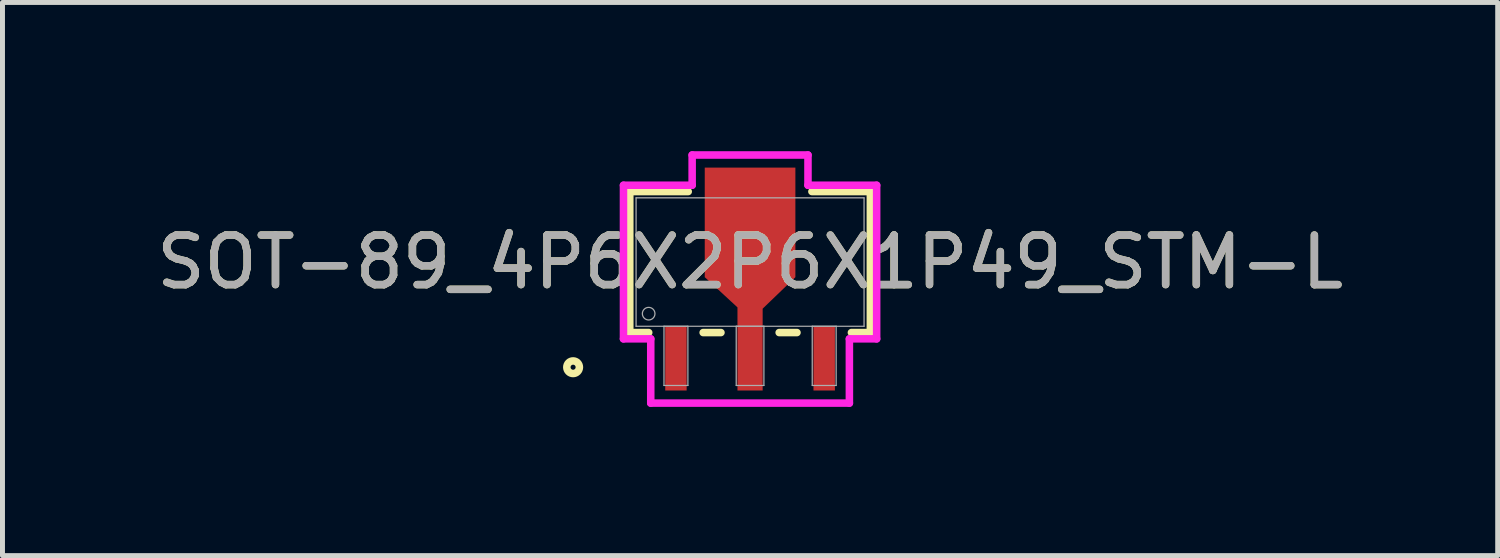
<source format=kicad_pcb>
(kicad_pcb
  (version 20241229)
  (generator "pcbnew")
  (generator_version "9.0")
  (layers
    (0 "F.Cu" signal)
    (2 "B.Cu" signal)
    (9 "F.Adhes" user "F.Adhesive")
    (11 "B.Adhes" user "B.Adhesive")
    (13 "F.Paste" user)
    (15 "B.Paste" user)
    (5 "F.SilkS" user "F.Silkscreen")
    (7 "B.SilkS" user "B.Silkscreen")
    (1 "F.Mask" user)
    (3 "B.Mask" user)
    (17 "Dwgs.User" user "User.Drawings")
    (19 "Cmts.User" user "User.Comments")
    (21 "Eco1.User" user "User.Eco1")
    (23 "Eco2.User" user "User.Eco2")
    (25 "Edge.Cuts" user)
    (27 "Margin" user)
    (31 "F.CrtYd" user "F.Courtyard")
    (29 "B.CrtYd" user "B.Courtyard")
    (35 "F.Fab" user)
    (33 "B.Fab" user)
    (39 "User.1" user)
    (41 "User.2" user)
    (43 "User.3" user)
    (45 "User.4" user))
  (footprint "SOT-89_4P6X2P6X1P49_STM-L"
    (layer "F.Cu")
    (at 12.077 2.235)
    (property "Reference" "SOT-89_4P6X2P6X1P49_STM-L" (at 0 0 0) (unlocked yes) (layer "F.SilkS") (effects (font (size 1 1) (thickness 0.15))))
    (attr smd)
    (fp_poly (pts (xy -0.254 1.295) (xy -0.254 0.914) (xy -0.914 0.305) (xy -0.914 -1.905) (xy 0.914 -1.905) (xy 0.914 0.305) (xy 0.254 0.94) (xy 0.254 1.295)) (stroke (width 0) (type solid)) (fill yes) (layer "F.Cu"))
    (fp_poly (pts (xy -0.254 1.27) (xy -0.254 0.914) (xy -0.889 0.279) (xy -0.889 -1.854) (xy 0.889 -1.854) (xy 0.889 0.279) (xy 0.254 0.914) (xy 0.254 1.27)) (stroke (width 0) (type solid)) (fill yes) (layer "F.Mask"))
    (fp_line (start -2.426 -1.422) (end -2.426 1.422) (stroke (width 0.152) (type solid)) (layer "F.SilkS"))
    (fp_line (start -2.426 1.422) (end -2.044 1.422) (stroke (width 0.152) (type solid)) (layer "F.SilkS"))
    (fp_line (start -1.247 -1.422) (end -2.426 -1.422) (stroke (width 0.152) (type solid)) (layer "F.SilkS"))
    (fp_line (start -0.946 1.422) (end -0.587 1.422) (stroke (width 0.152) (type solid)) (layer "F.SilkS"))
    (fp_line (start 0.587 1.422) (end 0.946 1.422) (stroke (width 0.152) (type solid)) (layer "F.SilkS"))
    (fp_line (start 2.044 1.422) (end 2.426 1.422) (stroke (width 0.152) (type solid)) (layer "F.SilkS"))
    (fp_line (start 2.426 -1.422) (end 1.247 -1.422) (stroke (width 0.152) (type solid)) (layer "F.SilkS"))
    (fp_line (start 2.426 1.422) (end 2.426 -1.422) (stroke (width 0.152) (type solid)) (layer "F.SilkS"))
    (fp_circle (center -3.569 2.121) (end -3.442 2.121) (stroke (width 0.152) (type solid)) (fill no) (layer "F.SilkS"))
    (fp_poly (pts (xy -0.254 1.27) (xy -0.254 0.914) (xy -0.889 0.279) (xy -0.889 -1.854) (xy 0.889 -1.854) (xy 0.889 0.279) (xy 0.254 0.914) (xy 0.254 1.27)) (stroke (width 0) (type solid)) (fill yes) (layer "F.Paste"))
    (fp_line (start -2.553 -1.549) (end -1.168 -1.549) (stroke (width 0.152) (type solid)) (layer "F.CrtYd"))
    (fp_line (start -2.553 1.549) (end -2.553 -1.549) (stroke (width 0.152) (type solid)) (layer "F.CrtYd"))
    (fp_line (start -2.003 1.549) (end -2.553 1.549) (stroke (width 0.152) (type solid)) (layer "F.CrtYd"))
    (fp_line (start -2.003 2.845) (end -2.003 1.549) (stroke (width 0.152) (type solid)) (layer "F.CrtYd"))
    (fp_line (start -1.168 -2.159) (end 1.168 -2.159) (stroke (width 0.152) (type solid)) (layer "F.CrtYd"))
    (fp_line (start -1.168 -1.549) (end -1.168 -2.159) (stroke (width 0.152) (type solid)) (layer "F.CrtYd"))
    (fp_line (start 1.168 -2.159) (end 1.168 -1.549) (stroke (width 0.152) (type solid)) (layer "F.CrtYd"))
    (fp_line (start 1.168 -1.549) (end 2.553 -1.549) (stroke (width 0.152) (type solid)) (layer "F.CrtYd"))
    (fp_line (start 2.003 1.549) (end 2.003 2.845) (stroke (width 0.152) (type solid)) (layer "F.CrtYd"))
    (fp_line (start 2.003 2.845) (end -2.003 2.845) (stroke (width 0.152) (type solid)) (layer "F.CrtYd"))
    (fp_line (start 2.553 -1.549) (end 2.553 1.549) (stroke (width 0.152) (type solid)) (layer "F.CrtYd"))
    (fp_line (start 2.553 1.549) (end 2.003 1.549) (stroke (width 0.152) (type solid)) (layer "F.CrtYd"))
    (fp_line (start -2.299 -1.295) (end -2.299 1.295) (stroke (width 0.025) (type solid)) (layer "F.Fab"))
    (fp_line (start -2.299 1.295) (end 2.299 1.295) (stroke (width 0.025) (type solid)) (layer "F.Fab"))
    (fp_line (start -1.736 1.295) (end -1.736 2.489) (stroke (width 0.025) (type solid)) (layer "F.Fab"))
    (fp_line (start -1.736 2.489) (end -1.254 2.489) (stroke (width 0.025) (type solid)) (layer "F.Fab"))
    (fp_line (start -1.254 1.295) (end -1.736 1.295) (stroke (width 0.025) (type solid)) (layer "F.Fab"))
    (fp_line (start -1.254 2.489) (end -1.254 1.295) (stroke (width 0.025) (type solid)) (layer "F.Fab"))
    (fp_line (start -0.279 1.295) (end -0.279 2.489) (stroke (width 0.025) (type solid)) (layer "F.Fab"))
    (fp_line (start -0.279 2.489) (end 0.279 2.489) (stroke (width 0.025) (type solid)) (layer "F.Fab"))
    (fp_line (start 0.279 1.295) (end -0.279 1.295) (stroke (width 0.025) (type solid)) (layer "F.Fab"))
    (fp_line (start 0.279 2.489) (end 0.279 1.295) (stroke (width 0.025) (type solid)) (layer "F.Fab"))
    (fp_line (start 1.254 1.295) (end 1.254 2.489) (stroke (width 0.025) (type solid)) (layer "F.Fab"))
    (fp_line (start 1.254 2.489) (end 1.736 2.489) (stroke (width 0.025) (type solid)) (layer "F.Fab"))
    (fp_line (start 1.736 1.295) (end 1.254 1.295) (stroke (width 0.025) (type solid)) (layer "F.Fab"))
    (fp_line (start 1.736 2.489) (end 1.736 1.295) (stroke (width 0.025) (type solid)) (layer "F.Fab"))
    (fp_line (start 2.299 -1.295) (end -2.299 -1.295) (stroke (width 0.025) (type solid)) (layer "F.Fab"))
    (fp_line (start 2.299 1.295) (end 2.299 -1.295) (stroke (width 0.025) (type solid)) (layer "F.Fab"))
    (fp_circle (center -2.045 1.041) (end -1.918 1.041) (stroke (width 0.025) (type solid)) (fill no) (layer "F.Fab"))
    (fp_text user "${REFERENCE}" (at 0 0 0) (unlocked yes) (layer "F.Fab") (effects (font (size 1 1) (thickness 0.15))))
    (pad "1" smd rect (at -1.495 1.943) (size 0.432 1.295) (layers "F.Cu" "F.Mask" "F.Paste"))
    (pad "2" smd rect (at 0 1.943) (size 0.508 1.295) (layers "F.Cu" "F.Mask" "F.Paste"))
    (pad "3" smd rect (at 1.495 1.943) (size 0.432 1.295) (layers "F.Cu" "F.Mask" "F.Paste")))
  (gr_rect
    (start -3 -3)
    (end 27.155 8.156)
    (stroke (width 0.1) (type default))
    (fill no)
    (layer "Edge.Cuts")))
</source>
